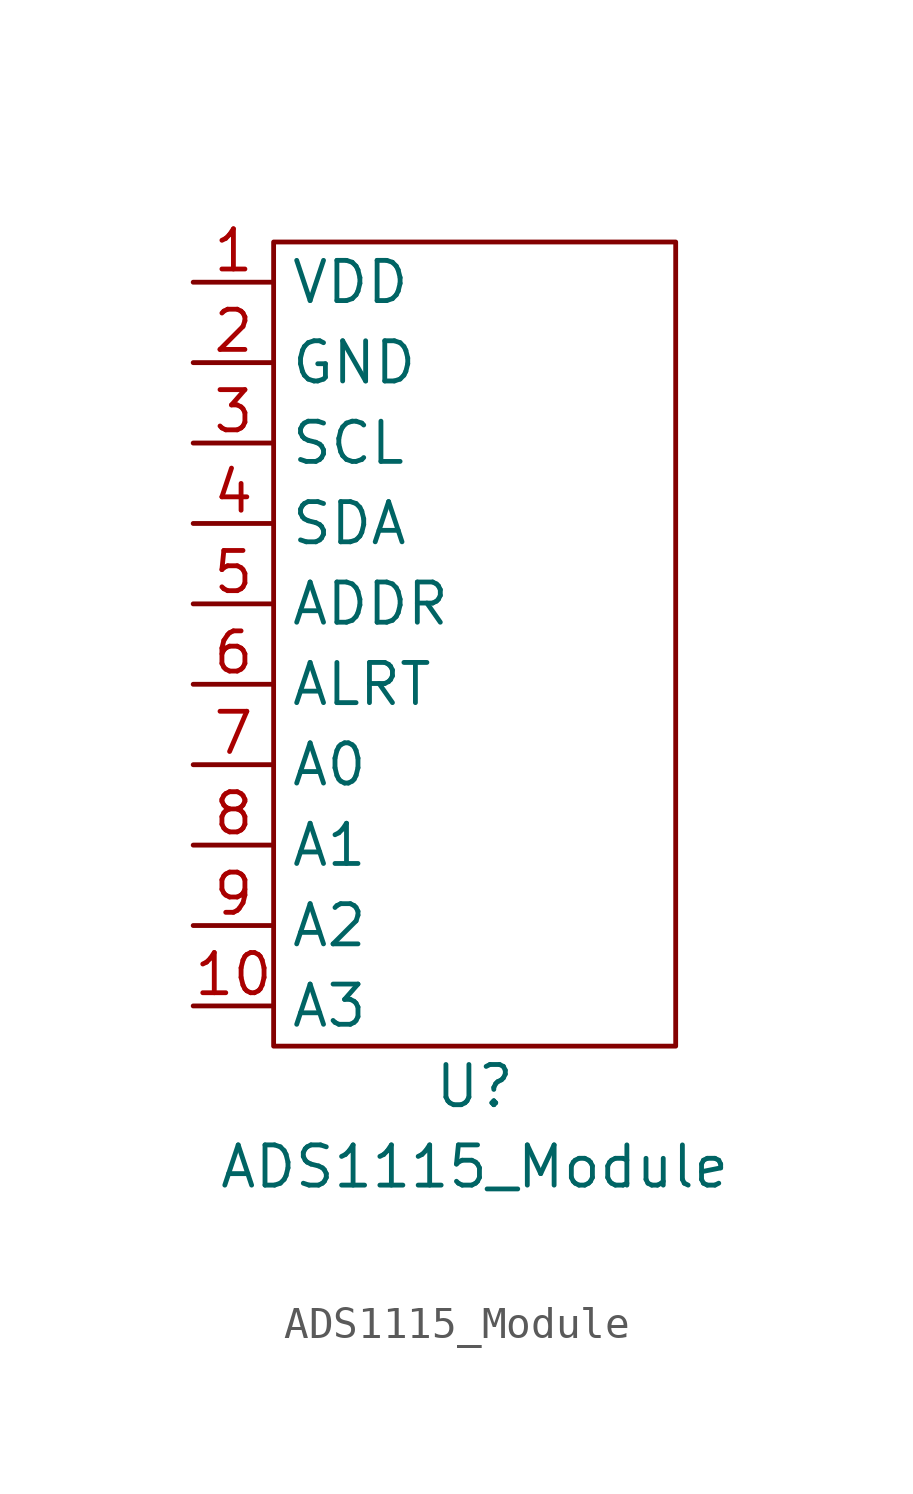
<source format=kicad_sym>
(kicad_symbol_lib
  (version 20211014)
  (generator kicad_symbol_editor)
  (symbol "ADS1115_Module"
    (property "Reference" "U"
      (at 6.35 -26.67 0)
      (effects (font (size 1.27 1.27))))
    (property "Value" "ADS1115_Module"
      (at 6.35 -29.21 0)
      (effects (font (size 1.27 1.27))))
    (symbol "ADS1115_Module_0_1"
      (rectangle (start 0 0) (end 12.7 -25.4) (stroke (width 0.152) (type default) (color 0 0 0 0)) (fill (type none))))
    (symbol "ADS1115_Module_1_1"
      (pin power_in line (at -2.54 -1.27 0) (length 2.54) (name "VDD" (effects (font (size 1.27 1.27)))) (number "1" (effects (font (size 1.27 1.27)))))
      (pin input line (at -2.54 -24.13 0) (length 2.54) (name "A3" (effects (font (size 1.27 1.27)))) (number "10" (effects (font (size 1.27 1.27)))))
      (pin power_in line (at -2.54 -3.81 0) (length 2.54) (name "GND" (effects (font (size 1.27 1.27)))) (number "2" (effects (font (size 1.27 1.27)))))
      (pin input line (at -2.54 -6.35 0) (length 2.54) (name "SCL" (effects (font (size 1.27 1.27)))) (number "3" (effects (font (size 1.27 1.27)))))
      (pin bidirectional line (at -2.54 -8.89 0) (length 2.54) (name "SDA" (effects (font (size 1.27 1.27)))) (number "4" (effects (font (size 1.27 1.27)))))
      (pin input line (at -2.54 -11.43 0) (length 2.54) (name "ADDR" (effects (font (size 1.27 1.27)))) (number "5" (effects (font (size 1.27 1.27)))))
      (pin output line (at -2.54 -13.97 0) (length 2.54) (name "ALRT" (effects (font (size 1.27 1.27)))) (number "6" (effects (font (size 1.27 1.27)))))
      (pin input line (at -2.54 -16.51 0) (length 2.54) (name "A0" (effects (font (size 1.27 1.27)))) (number "7" (effects (font (size 1.27 1.27)))))
      (pin input line (at -2.54 -19.05 0) (length 2.54) (name "A1" (effects (font (size 1.27 1.27)))) (number "8" (effects (font (size 1.27 1.27)))))
      (pin input line (at -2.54 -21.59 0) (length 2.54) (name "A2" (effects (font (size 1.27 1.27)))) (number "9" (effects (font (size 1.27 1.27))))))))
</source>
